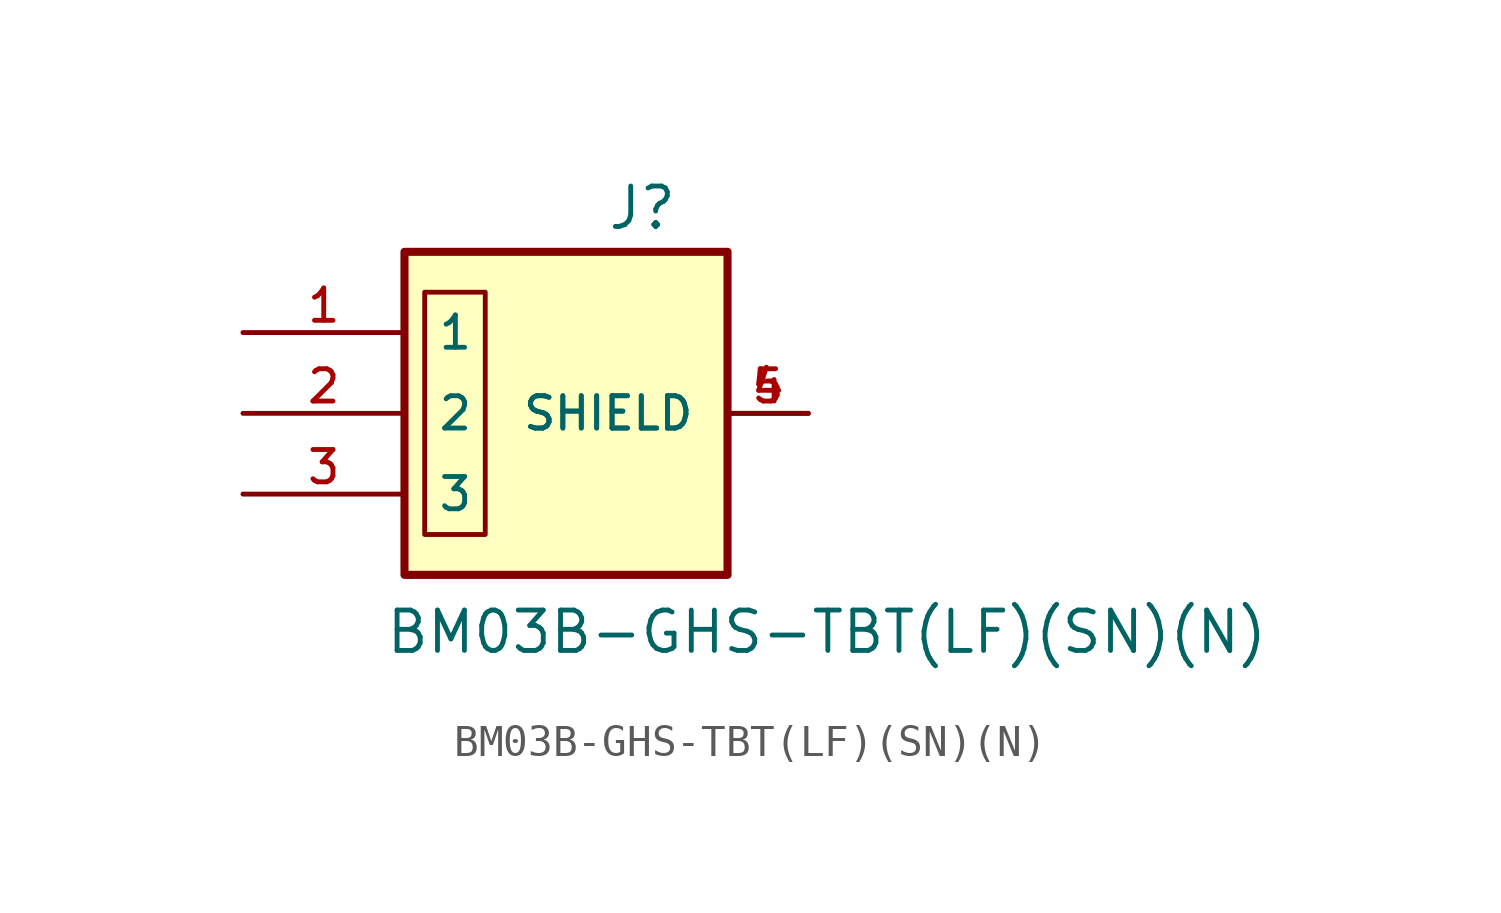
<source format=kicad_sym>
(kicad_symbol_lib
  (version 20211014)
  (generator kicad_symbol_editor)
  (symbol "BM03B-GHS-TBT(LF)(SN)(N)"
    (pin_names
      (offset 1.016))
    (property "Reference" "J"
      (at 3.175 8.255 0)
      (effects (font (size 1.27 1.27)) (justify left bottom)))
    (property "Value" "BM03B-GHS-TBT(LF)(SN)(N)"
      (at -3.81 -5.08 0)
      (effects (font (size 1.27 1.27)) (justify left bottom)))
    (property "ki_locked" ""
      (at 0 0 0)
      (effects (font (size 1.27 1.27))))
    (symbol "BM03B-GHS-TBT(LF)(SN)(N)_0_0"
      (rectangle (start -3.175 7.62) (end 6.985 -2.54) (stroke (width 0.254) (type default) (color 0 0 0 0)) (fill (type background)))
      (pin passive line (at -8.255 5.08 0) (length 5.08) (name "1" (effects (font (size 1.016 1.016)))) (number "1" (effects (font (size 1.016 1.016)))))
      (pin passive line (at -8.255 2.54 0) (length 5.08) (name "2" (effects (font (size 1.016 1.016)))) (number "2" (effects (font (size 1.016 1.016)))))
      (pin passive line (at -8.255 0 0) (length 5.08) (name "3" (effects (font (size 1.016 1.016)))) (number "3" (effects (font (size 1.016 1.016)))))
      (pin passive line (at 9.525 2.54 180) (length 2.54) (name "SHIELD" (effects (font (size 1.016 1.016)))) (number "4" (effects (font (size 1.016 1.016)))))
      (pin passive line (at 9.525 2.54 180) (length 2.54) (name "SHIELD" (effects (font (size 1.016 1.016)))) (number "5" (effects (font (size 1.016 1.016))))))
    (symbol "BM03B-GHS-TBT(LF)(SN)(N)_0_1"
      (rectangle (start -0.635 -1.27) (end -2.54 6.35) (stroke (width 0.152) (type default) (color 0 0 0 0)) (fill (type none))))))
</source>
